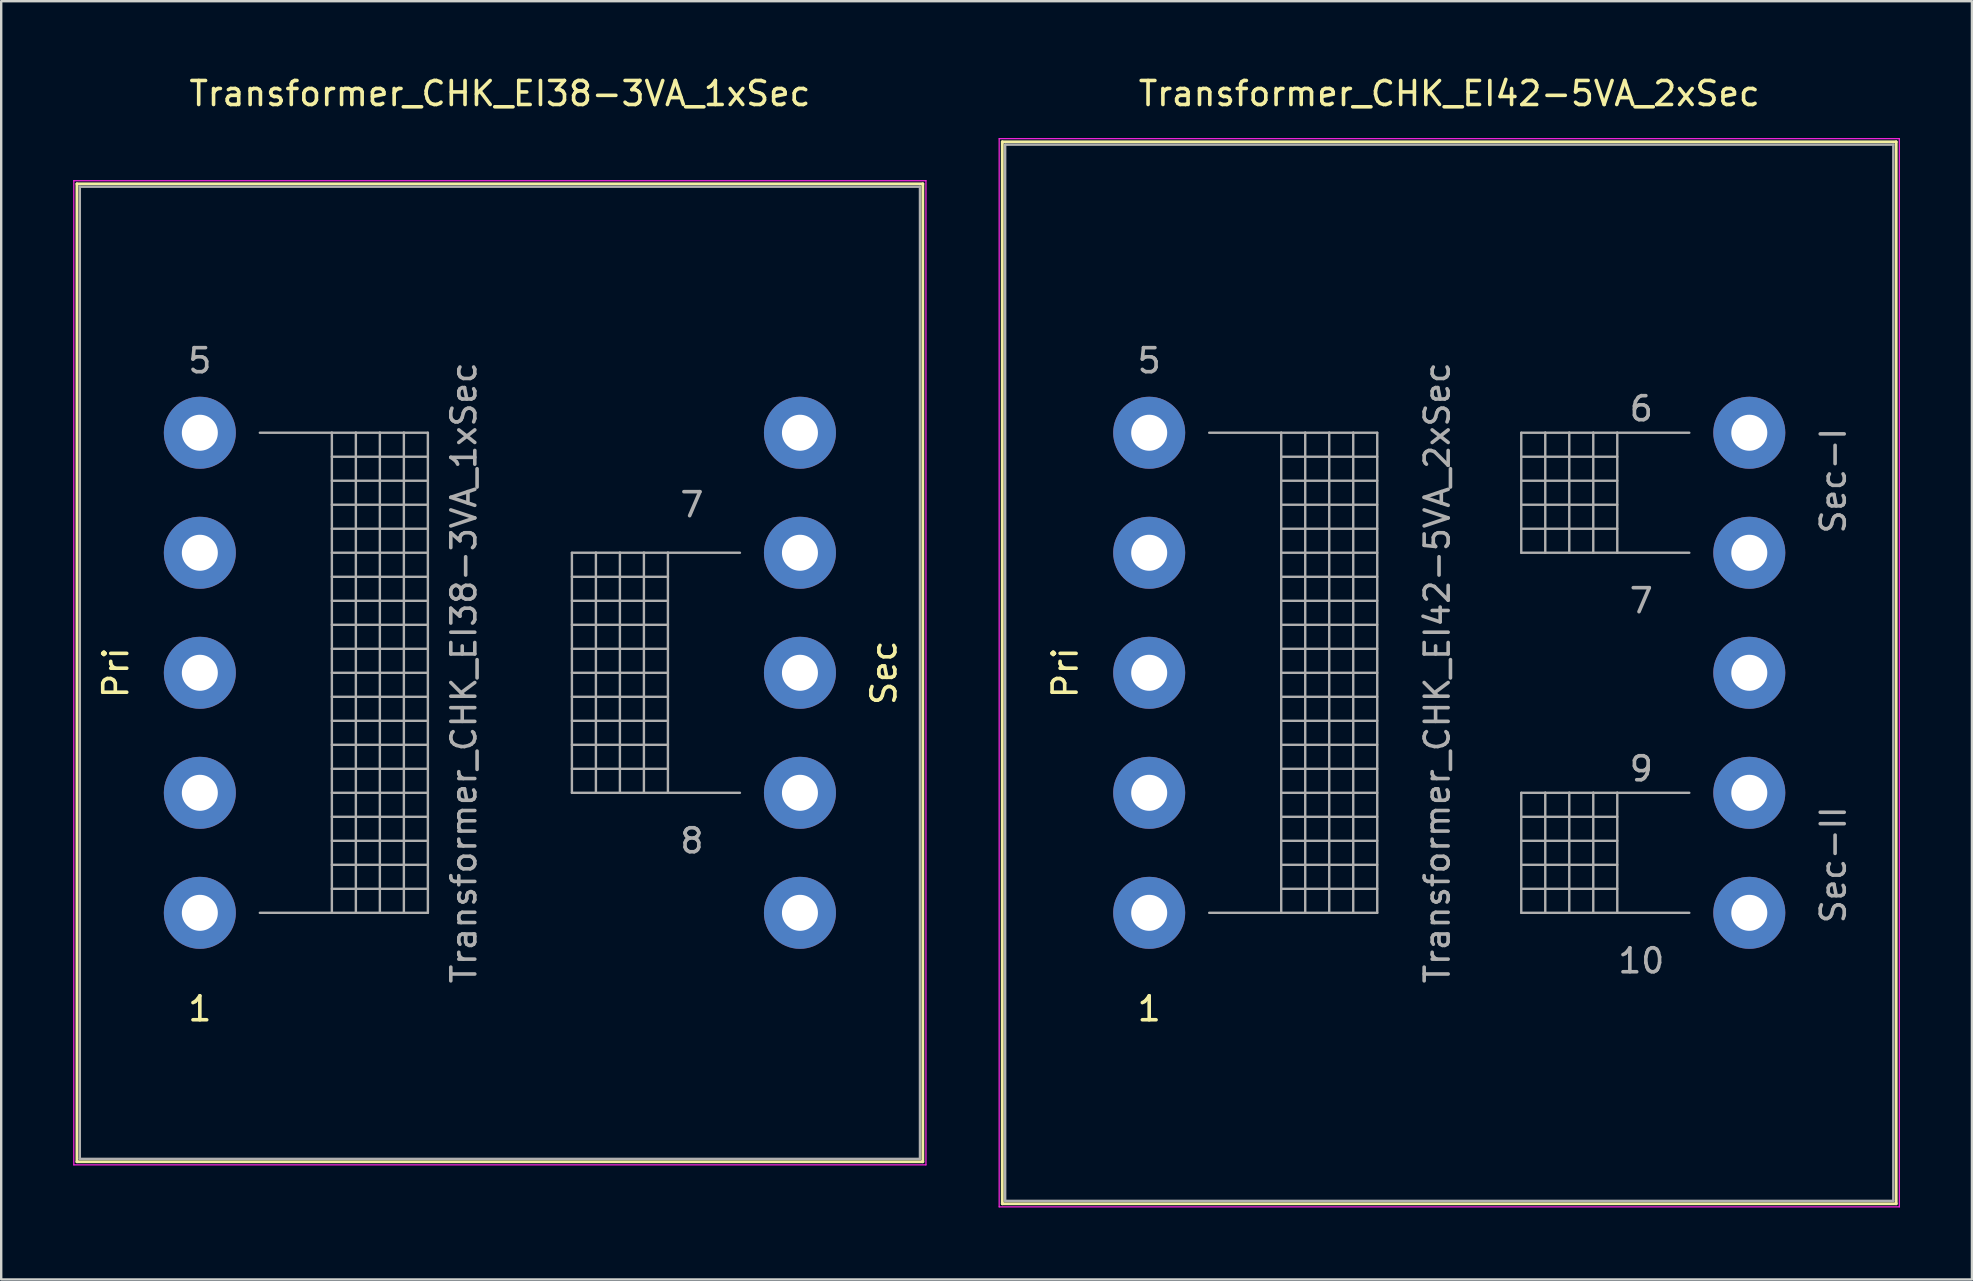
<source format=kicad_pcb>
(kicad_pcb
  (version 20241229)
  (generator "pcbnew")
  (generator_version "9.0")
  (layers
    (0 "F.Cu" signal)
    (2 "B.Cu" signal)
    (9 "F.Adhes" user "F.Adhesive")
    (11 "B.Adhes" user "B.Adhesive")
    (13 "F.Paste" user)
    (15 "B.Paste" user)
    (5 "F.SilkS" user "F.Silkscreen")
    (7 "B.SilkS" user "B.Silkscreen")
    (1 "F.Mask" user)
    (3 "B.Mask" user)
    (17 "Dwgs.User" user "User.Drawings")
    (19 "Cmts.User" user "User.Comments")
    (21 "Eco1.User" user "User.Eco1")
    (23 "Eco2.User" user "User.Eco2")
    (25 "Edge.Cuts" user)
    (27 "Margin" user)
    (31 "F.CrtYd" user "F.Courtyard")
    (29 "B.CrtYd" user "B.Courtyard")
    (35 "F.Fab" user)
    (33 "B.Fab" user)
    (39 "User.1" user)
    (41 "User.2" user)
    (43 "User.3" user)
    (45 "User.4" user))
  (footprint "Transformer_CHK_EI38-3VA_1xSec"
    (layer "F.Cu")
    (at 5.275 34.978)
    (property "Reference" "Transformer_CHK_EI38-3VA_1xSec" (at 12.5 -34.13 0) (layer "F.SilkS") (effects (font (size 1 1) (thickness 0.15))))
    (attr through_hole)
    (fp_line (start -5.12 -30.37) (end -5.12 10.37) (stroke (width 0.12) (type solid)) (layer "F.SilkS"))
    (fp_line (start -5.12 -30.37) (end 30.12 -30.37) (stroke (width 0.12) (type solid)) (layer "F.SilkS"))
    (fp_line (start 30.12 10.37) (end -5.12 10.37) (stroke (width 0.12) (type solid)) (layer "F.SilkS"))
    (fp_line (start 30.12 10.37) (end 30.12 -30.37) (stroke (width 0.12) (type solid)) (layer "F.SilkS"))
    (fp_line (start -5.25 -30.5) (end -5.25 10.5) (stroke (width 0.05) (type solid)) (layer "F.CrtYd"))
    (fp_line (start -5.25 -30.5) (end 30.25 -30.5) (stroke (width 0.05) (type solid)) (layer "F.CrtYd"))
    (fp_line (start 30.25 10.5) (end -5.25 10.5) (stroke (width 0.05) (type solid)) (layer "F.CrtYd"))
    (fp_line (start 30.25 10.5) (end 30.25 -30.5) (stroke (width 0.05) (type solid)) (layer "F.CrtYd"))
    (fp_line (start -5 -30.25) (end -5 10.25) (stroke (width 0.1) (type solid)) (layer "F.Fab"))
    (fp_line (start -5 10.25) (end 30 10.25) (stroke (width 0.1) (type solid)) (layer "F.Fab"))
    (fp_line (start 2.5 -20) (end 5.5 -20) (stroke (width 0.1) (type solid)) (layer "F.Fab"))
    (fp_line (start 5.5 -20) (end 5.5 0) (stroke (width 0.1) (type solid)) (layer "F.Fab"))
    (fp_line (start 5.5 -20) (end 6.5 -20) (stroke (width 0.1) (type solid)) (layer "F.Fab"))
    (fp_line (start 5.5 -19) (end 9.5 -19) (stroke (width 0.1) (type solid)) (layer "F.Fab"))
    (fp_line (start 5.5 -18) (end 9.5 -18) (stroke (width 0.1) (type solid)) (layer "F.Fab"))
    (fp_line (start 5.5 -17) (end 9.5 -17) (stroke (width 0.1) (type solid)) (layer "F.Fab"))
    (fp_line (start 5.5 -16) (end 9.5 -16) (stroke (width 0.1) (type solid)) (layer "F.Fab"))
    (fp_line (start 5.5 -15) (end 9.5 -15) (stroke (width 0.1) (type solid)) (layer "F.Fab"))
    (fp_line (start 5.5 -14) (end 9.5 -14) (stroke (width 0.1) (type solid)) (layer "F.Fab"))
    (fp_line (start 5.5 -13) (end 9.5 -13) (stroke (width 0.1) (type solid)) (layer "F.Fab"))
    (fp_line (start 5.5 -12) (end 9.5 -12) (stroke (width 0.1) (type solid)) (layer "F.Fab"))
    (fp_line (start 5.5 -11) (end 9.5 -11) (stroke (width 0.1) (type solid)) (layer "F.Fab"))
    (fp_line (start 5.5 -10) (end 9.5 -10) (stroke (width 0.1) (type solid)) (layer "F.Fab"))
    (fp_line (start 5.5 -9) (end 9.5 -9) (stroke (width 0.1) (type solid)) (layer "F.Fab"))
    (fp_line (start 5.5 -8) (end 9.5 -8) (stroke (width 0.1) (type solid)) (layer "F.Fab"))
    (fp_line (start 5.5 -7) (end 9.5 -7) (stroke (width 0.1) (type solid)) (layer "F.Fab"))
    (fp_line (start 5.5 -6) (end 9.5 -6) (stroke (width 0.1) (type solid)) (layer "F.Fab"))
    (fp_line (start 5.5 -5) (end 9.5 -5) (stroke (width 0.1) (type solid)) (layer "F.Fab"))
    (fp_line (start 5.5 -4) (end 9.5 -4) (stroke (width 0.1) (type solid)) (layer "F.Fab"))
    (fp_line (start 5.5 -3) (end 9.5 -3) (stroke (width 0.1) (type solid)) (layer "F.Fab"))
    (fp_line (start 5.5 -2) (end 9.5 -2) (stroke (width 0.1) (type solid)) (layer "F.Fab"))
    (fp_line (start 5.5 -1) (end 9.5 -1) (stroke (width 0.1) (type solid)) (layer "F.Fab"))
    (fp_line (start 5.5 0) (end 2.5 0) (stroke (width 0.1) (type solid)) (layer "F.Fab"))
    (fp_line (start 6.5 -20) (end 6.5 0) (stroke (width 0.1) (type solid)) (layer "F.Fab"))
    (fp_line (start 6.5 -20) (end 7.5 -20) (stroke (width 0.1) (type solid)) (layer "F.Fab"))
    (fp_line (start 6.5 0) (end 5.5 0) (stroke (width 0.1) (type solid)) (layer "F.Fab"))
    (fp_line (start 7.5 -20) (end 7.5 0) (stroke (width 0.1) (type solid)) (layer "F.Fab"))
    (fp_line (start 7.5 -20) (end 8.5 -20) (stroke (width 0.1) (type solid)) (layer "F.Fab"))
    (fp_line (start 7.5 0) (end 6.5 0) (stroke (width 0.1) (type solid)) (layer "F.Fab"))
    (fp_line (start 8.5 -20) (end 8.5 0) (stroke (width 0.1) (type solid)) (layer "F.Fab"))
    (fp_line (start 8.5 -20) (end 9.5 -20) (stroke (width 0.1) (type solid)) (layer "F.Fab"))
    (fp_line (start 8.5 0) (end 7.5 0) (stroke (width 0.1) (type solid)) (layer "F.Fab"))
    (fp_line (start 9.5 -20) (end 9.5 0) (stroke (width 0.1) (type solid)) (layer "F.Fab"))
    (fp_line (start 9.5 0) (end 8.5 0) (stroke (width 0.1) (type solid)) (layer "F.Fab"))
    (fp_line (start 15.5 -15) (end 15.5 -5) (stroke (width 0.1) (type solid)) (layer "F.Fab"))
    (fp_line (start 15.5 -14) (end 19.5 -14) (stroke (width 0.1) (type solid)) (layer "F.Fab"))
    (fp_line (start 15.5 -12) (end 19.5 -12) (stroke (width 0.1) (type solid)) (layer "F.Fab"))
    (fp_line (start 15.5 -10) (end 19.5 -10) (stroke (width 0.1) (type solid)) (layer "F.Fab"))
    (fp_line (start 15.5 -8) (end 19.5 -8) (stroke (width 0.1) (type solid)) (layer "F.Fab"))
    (fp_line (start 15.5 -6) (end 19.5 -6) (stroke (width 0.1) (type solid)) (layer "F.Fab"))
    (fp_line (start 15.5 -5) (end 16.5 -5) (stroke (width 0.1) (type solid)) (layer "F.Fab"))
    (fp_line (start 16.5 -15) (end 15.5 -15) (stroke (width 0.1) (type solid)) (layer "F.Fab"))
    (fp_line (start 16.5 -15) (end 16.5 -5) (stroke (width 0.1) (type solid)) (layer "F.Fab"))
    (fp_line (start 16.5 -5) (end 17.5 -5) (stroke (width 0.1) (type solid)) (layer "F.Fab"))
    (fp_line (start 17.5 -15) (end 16.5 -15) (stroke (width 0.1) (type solid)) (layer "F.Fab"))
    (fp_line (start 17.5 -15) (end 17.5 -5) (stroke (width 0.1) (type solid)) (layer "F.Fab"))
    (fp_line (start 17.5 -5) (end 18.5 -5) (stroke (width 0.1) (type solid)) (layer "F.Fab"))
    (fp_line (start 18.5 -15) (end 17.5 -15) (stroke (width 0.1) (type solid)) (layer "F.Fab"))
    (fp_line (start 18.5 -15) (end 18.5 -5) (stroke (width 0.1) (type solid)) (layer "F.Fab"))
    (fp_line (start 18.5 -5) (end 19.5 -5) (stroke (width 0.1) (type solid)) (layer "F.Fab"))
    (fp_line (start 19.5 -15) (end 18.5 -15) (stroke (width 0.1) (type solid)) (layer "F.Fab"))
    (fp_line (start 19.5 -15) (end 19.5 -5) (stroke (width 0.1) (type solid)) (layer "F.Fab"))
    (fp_line (start 19.5 -13) (end 15.5 -13) (stroke (width 0.1) (type solid)) (layer "F.Fab"))
    (fp_line (start 19.5 -11) (end 15.5 -11) (stroke (width 0.1) (type solid)) (layer "F.Fab"))
    (fp_line (start 19.5 -9) (end 15.5 -9) (stroke (width 0.1) (type solid)) (layer "F.Fab"))
    (fp_line (start 19.5 -7) (end 15.5 -7) (stroke (width 0.1) (type solid)) (layer "F.Fab"))
    (fp_line (start 19.5 -5) (end 22.5 -5) (stroke (width 0.1) (type solid)) (layer "F.Fab"))
    (fp_line (start 22.5 -15) (end 19.5 -15) (stroke (width 0.1) (type solid)) (layer "F.Fab"))
    (fp_line (start 30 -30.25) (end -5 -30.25) (stroke (width 0.1) (type solid)) (layer "F.Fab"))
    (fp_line (start 30 10.25) (end 30 -30.25) (stroke (width 0.1) (type solid)) (layer "F.Fab"))
    (fp_text user "Sec" (at 28.5 -10 90) (layer "F.SilkS") (effects (font (size 1 1) (thickness 0.15))))
    (fp_text user "1" (at 0 4 0) (layer "F.SilkS") (effects (font (size 1 1) (thickness 0.15))))
    (fp_text user "Pri" (at -3.5 -10 90) (layer "F.SilkS") (effects (font (size 1 1) (thickness 0.15))))
    (fp_text user "5" (at 0 -23 0) (layer "F.Fab") (effects (font (size 1 1) (thickness 0.15))))
    (fp_text user "${REFERENCE}" (at 11 -10 90) (layer "F.Fab") (effects (font (size 1 1) (thickness 0.15))))
    (fp_text user "7" (at 20.5 -17 0) (layer "F.Fab") (effects (font (size 1 1) (thickness 0.15))))
    (fp_text user "8" (at 20.5 -3 0) (layer "F.Fab") (effects (font (size 1 1) (thickness 0.15))))
    (pad "1" thru_hole circle (at 0 0) (size 3 3) (drill 1.5) (layers "*.Cu" "*.Mask"))
    (pad "2" thru_hole circle (at 0 -5) (size 3 3) (drill 1.5) (layers "*.Cu" "*.Mask"))
    (pad "3" thru_hole circle (at 0 -10) (size 3 3) (drill 1.5) (layers "*.Cu" "*.Mask"))
    (pad "4" thru_hole circle (at 0 -15) (size 3 3) (drill 1.5) (layers "*.Cu" "*.Mask"))
    (pad "5" thru_hole circle (at 0 -20) (size 3 3) (drill 1.5) (layers "*.Cu" "*.Mask"))
    (pad "6" thru_hole circle (at 25 -20) (size 3 3) (drill 1.5) (layers "*.Cu" "*.Mask"))
    (pad "7" thru_hole circle (at 25 -15) (size 3 3) (drill 1.5) (layers "*.Cu" "*.Mask"))
    (pad "8" thru_hole circle (at 25 -10) (size 3 3) (drill 1.5) (layers "*.Cu" "*.Mask"))
    (pad "9" thru_hole circle (at 25 -5) (size 3 3) (drill 1.5) (layers "*.Cu" "*.Mask"))
    (pad "10" thru_hole circle (at 25 0) (size 3 3) (drill 1.5) (layers "*.Cu" "*.Mask")))
  (footprint "Transformer_CHK_EI42-5VA_2xSec"
    (layer "F.Cu")
    (at 44.825 34.978)
    (property "Reference" "Transformer_CHK_EI42-5VA_2xSec" (at 12.5 -34.13 0) (layer "F.SilkS") (effects (font (size 1 1) (thickness 0.15))))
    (attr through_hole)
    (fp_line (start -6.12 -32.12) (end -6.12 12.12) (stroke (width 0.12) (type solid)) (layer "F.SilkS"))
    (fp_line (start -6.12 -32.12) (end 31.12 -32.12) (stroke (width 0.12) (type solid)) (layer "F.SilkS"))
    (fp_line (start 31.12 12.12) (end -6.12 12.12) (stroke (width 0.12) (type solid)) (layer "F.SilkS"))
    (fp_line (start 31.12 12.12) (end 31.12 -32.12) (stroke (width 0.12) (type solid)) (layer "F.SilkS"))
    (fp_line (start -6.25 -32.25) (end -6.25 12.25) (stroke (width 0.05) (type solid)) (layer "F.CrtYd"))
    (fp_line (start -6.25 -32.25) (end 31.25 -32.25) (stroke (width 0.05) (type solid)) (layer "F.CrtYd"))
    (fp_line (start 31.25 12.25) (end -6.25 12.25) (stroke (width 0.05) (type solid)) (layer "F.CrtYd"))
    (fp_line (start 31.25 12.25) (end 31.25 -32.25) (stroke (width 0.05) (type solid)) (layer "F.CrtYd"))
    (fp_line (start -6 -32) (end -6 12) (stroke (width 0.1) (type solid)) (layer "F.Fab"))
    (fp_line (start -6 12) (end 31 12) (stroke (width 0.1) (type solid)) (layer "F.Fab"))
    (fp_line (start 2.5 -20) (end 5.5 -20) (stroke (width 0.1) (type solid)) (layer "F.Fab"))
    (fp_line (start 5.5 -20) (end 5.5 0) (stroke (width 0.1) (type solid)) (layer "F.Fab"))
    (fp_line (start 5.5 -20) (end 6.5 -20) (stroke (width 0.1) (type solid)) (layer "F.Fab"))
    (fp_line (start 5.5 -19) (end 9.5 -19) (stroke (width 0.1) (type solid)) (layer "F.Fab"))
    (fp_line (start 5.5 -18) (end 9.5 -18) (stroke (width 0.1) (type solid)) (layer "F.Fab"))
    (fp_line (start 5.5 -17) (end 9.5 -17) (stroke (width 0.1) (type solid)) (layer "F.Fab"))
    (fp_line (start 5.5 -16) (end 9.5 -16) (stroke (width 0.1) (type solid)) (layer "F.Fab"))
    (fp_line (start 5.5 -15) (end 9.5 -15) (stroke (width 0.1) (type solid)) (layer "F.Fab"))
    (fp_line (start 5.5 -14) (end 9.5 -14) (stroke (width 0.1) (type solid)) (layer "F.Fab"))
    (fp_line (start 5.5 -13) (end 9.5 -13) (stroke (width 0.1) (type solid)) (layer "F.Fab"))
    (fp_line (start 5.5 -12) (end 9.5 -12) (stroke (width 0.1) (type solid)) (layer "F.Fab"))
    (fp_line (start 5.5 -11) (end 9.5 -11) (stroke (width 0.1) (type solid)) (layer "F.Fab"))
    (fp_line (start 5.5 -10) (end 9.5 -10) (stroke (width 0.1) (type solid)) (layer "F.Fab"))
    (fp_line (start 5.5 -9) (end 9.5 -9) (stroke (width 0.1) (type solid)) (layer "F.Fab"))
    (fp_line (start 5.5 -8) (end 9.5 -8) (stroke (width 0.1) (type solid)) (layer "F.Fab"))
    (fp_line (start 5.5 -7) (end 9.5 -7) (stroke (width 0.1) (type solid)) (layer "F.Fab"))
    (fp_line (start 5.5 -6) (end 9.5 -6) (stroke (width 0.1) (type solid)) (layer "F.Fab"))
    (fp_line (start 5.5 -5) (end 9.5 -5) (stroke (width 0.1) (type solid)) (layer "F.Fab"))
    (fp_line (start 5.5 -4) (end 9.5 -4) (stroke (width 0.1) (type solid)) (layer "F.Fab"))
    (fp_line (start 5.5 -3) (end 9.5 -3) (stroke (width 0.1) (type solid)) (layer "F.Fab"))
    (fp_line (start 5.5 -2) (end 9.5 -2) (stroke (width 0.1) (type solid)) (layer "F.Fab"))
    (fp_line (start 5.5 -1) (end 9.5 -1) (stroke (width 0.1) (type solid)) (layer "F.Fab"))
    (fp_line (start 5.5 0) (end 2.5 0) (stroke (width 0.1) (type solid)) (layer "F.Fab"))
    (fp_line (start 6.5 -20) (end 6.5 0) (stroke (width 0.1) (type solid)) (layer "F.Fab"))
    (fp_line (start 6.5 -20) (end 7.5 -20) (stroke (width 0.1) (type solid)) (layer "F.Fab"))
    (fp_line (start 6.5 0) (end 5.5 0) (stroke (width 0.1) (type solid)) (layer "F.Fab"))
    (fp_line (start 7.5 -20) (end 7.5 0) (stroke (width 0.1) (type solid)) (layer "F.Fab"))
    (fp_line (start 7.5 -20) (end 8.5 -20) (stroke (width 0.1) (type solid)) (layer "F.Fab"))
    (fp_line (start 7.5 0) (end 6.5 0) (stroke (width 0.1) (type solid)) (layer "F.Fab"))
    (fp_line (start 8.5 -20) (end 8.5 0) (stroke (width 0.1) (type solid)) (layer "F.Fab"))
    (fp_line (start 8.5 -20) (end 9.5 -20) (stroke (width 0.1) (type solid)) (layer "F.Fab"))
    (fp_line (start 8.5 0) (end 7.5 0) (stroke (width 0.1) (type solid)) (layer "F.Fab"))
    (fp_line (start 9.5 -20) (end 9.5 0) (stroke (width 0.1) (type solid)) (layer "F.Fab"))
    (fp_line (start 9.5 0) (end 8.5 0) (stroke (width 0.1) (type solid)) (layer "F.Fab"))
    (fp_line (start 15.5 -20) (end 15.5 -15) (stroke (width 0.1) (type solid)) (layer "F.Fab"))
    (fp_line (start 15.5 -19) (end 19.5 -19) (stroke (width 0.1) (type solid)) (layer "F.Fab"))
    (fp_line (start 15.5 -17) (end 19.5 -17) (stroke (width 0.1) (type solid)) (layer "F.Fab"))
    (fp_line (start 15.5 -15) (end 16.5 -15) (stroke (width 0.1) (type solid)) (layer "F.Fab"))
    (fp_line (start 15.5 -5) (end 15.5 0) (stroke (width 0.1) (type solid)) (layer "F.Fab"))
    (fp_line (start 15.5 -4) (end 19.5 -4) (stroke (width 0.1) (type solid)) (layer "F.Fab"))
    (fp_line (start 15.5 -3) (end 19.5 -3) (stroke (width 0.1) (type solid)) (layer "F.Fab"))
    (fp_line (start 15.5 -2) (end 19.5 -2) (stroke (width 0.1) (type solid)) (layer "F.Fab"))
    (fp_line (start 15.5 -1) (end 19.5 -1) (stroke (width 0.1) (type solid)) (layer "F.Fab"))
    (fp_line (start 15.5 0) (end 16.5 0) (stroke (width 0.1) (type solid)) (layer "F.Fab"))
    (fp_line (start 16.5 -20) (end 15.5 -20) (stroke (width 0.1) (type solid)) (layer "F.Fab"))
    (fp_line (start 16.5 -20) (end 16.5 -15) (stroke (width 0.1) (type solid)) (layer "F.Fab"))
    (fp_line (start 16.5 -15) (end 17.5 -15) (stroke (width 0.1) (type solid)) (layer "F.Fab"))
    (fp_line (start 16.5 -5) (end 15.5 -5) (stroke (width 0.1) (type solid)) (layer "F.Fab"))
    (fp_line (start 16.5 -5) (end 16.5 0) (stroke (width 0.1) (type solid)) (layer "F.Fab"))
    (fp_line (start 16.5 0) (end 17.5 0) (stroke (width 0.1) (type solid)) (layer "F.Fab"))
    (fp_line (start 17.5 -20) (end 16.5 -20) (stroke (width 0.1) (type solid)) (layer "F.Fab"))
    (fp_line (start 17.5 -20) (end 17.5 -15) (stroke (width 0.1) (type solid)) (layer "F.Fab"))
    (fp_line (start 17.5 -15) (end 18.5 -15) (stroke (width 0.1) (type solid)) (layer "F.Fab"))
    (fp_line (start 17.5 -5) (end 16.5 -5) (stroke (width 0.1) (type solid)) (layer "F.Fab"))
    (fp_line (start 17.5 -5) (end 17.5 0) (stroke (width 0.1) (type solid)) (layer "F.Fab"))
    (fp_line (start 17.5 0) (end 18.5 0) (stroke (width 0.1) (type solid)) (layer "F.Fab"))
    (fp_line (start 18.5 -20) (end 17.5 -20) (stroke (width 0.1) (type solid)) (layer "F.Fab"))
    (fp_line (start 18.5 -20) (end 18.5 -15) (stroke (width 0.1) (type solid)) (layer "F.Fab"))
    (fp_line (start 18.5 -15) (end 19.5 -15) (stroke (width 0.1) (type solid)) (layer "F.Fab"))
    (fp_line (start 18.5 -5) (end 17.5 -5) (stroke (width 0.1) (type solid)) (layer "F.Fab"))
    (fp_line (start 18.5 -5) (end 18.5 0) (stroke (width 0.1) (type solid)) (layer "F.Fab"))
    (fp_line (start 18.5 0) (end 19.5 0) (stroke (width 0.1) (type solid)) (layer "F.Fab"))
    (fp_line (start 19.5 -20) (end 18.5 -20) (stroke (width 0.1) (type solid)) (layer "F.Fab"))
    (fp_line (start 19.5 -20) (end 19.5 -15) (stroke (width 0.1) (type solid)) (layer "F.Fab"))
    (fp_line (start 19.5 -18) (end 15.5 -18) (stroke (width 0.1) (type solid)) (layer "F.Fab"))
    (fp_line (start 19.5 -16) (end 15.5 -16) (stroke (width 0.1) (type solid)) (layer "F.Fab"))
    (fp_line (start 19.5 -15) (end 22.5 -15) (stroke (width 0.1) (type solid)) (layer "F.Fab"))
    (fp_line (start 19.5 -5) (end 18.5 -5) (stroke (width 0.1) (type solid)) (layer "F.Fab"))
    (fp_line (start 19.5 -5) (end 19.5 0) (stroke (width 0.1) (type solid)) (layer "F.Fab"))
    (fp_line (start 19.5 0) (end 22.5 0) (stroke (width 0.1) (type solid)) (layer "F.Fab"))
    (fp_line (start 22.5 -20) (end 19.5 -20) (stroke (width 0.1) (type solid)) (layer "F.Fab"))
    (fp_line (start 22.5 -5) (end 19.5 -5) (stroke (width 0.1) (type solid)) (layer "F.Fab"))
    (fp_line (start 31 -32) (end -6 -32) (stroke (width 0.1) (type solid)) (layer "F.Fab"))
    (fp_line (start 31 12) (end 31 -32) (stroke (width 0.1) (type solid)) (layer "F.Fab"))
    (fp_text user "Pri" (at -3.5 -10 90) (layer "F.SilkS") (effects (font (size 1 1) (thickness 0.15))))
    (fp_text user "1" (at 0 4 0) (layer "F.SilkS") (effects (font (size 1 1) (thickness 0.15))))
    (fp_text user "10" (at 20.5 2 0) (layer "F.Fab") (effects (font (size 1 1) (thickness 0.15))))
    (fp_text user "${REFERENCE}" (at 12 -10 90) (layer "F.Fab") (effects (font (size 1 1) (thickness 0.15))))
    (fp_text user "5" (at 0 -23 0) (layer "F.Fab") (effects (font (size 1 1) (thickness 0.15))))
    (fp_text user "7" (at 20.5 -13 0) (layer "F.Fab") (effects (font (size 1 1) (thickness 0.15))))
    (fp_text user "Sec-II" (at 28.5 -2 90) (layer "F.Fab") (effects (font (size 1 1) (thickness 0.15))))
    (fp_text user "Sec-I" (at 28.5 -18 90) (layer "F.Fab") (effects (font (size 1 1) (thickness 0.15))))
    (fp_text user "6" (at 20.5 -21 0) (layer "F.Fab") (effects (font (size 1 1) (thickness 0.15))))
    (fp_text user "9" (at 20.5 -6 0) (layer "F.Fab") (effects (font (size 1 1) (thickness 0.15))))
    (pad "1" thru_hole circle (at 0 0) (size 3 3) (drill 1.5) (layers "*.Cu" "*.Mask"))
    (pad "2" thru_hole circle (at 0 -5) (size 3 3) (drill 1.5) (layers "*.Cu" "*.Mask"))
    (pad "3" thru_hole circle (at 0 -10) (size 3 3) (drill 1.5) (layers "*.Cu" "*.Mask"))
    (pad "4" thru_hole circle (at 0 -15) (size 3 3) (drill 1.5) (layers "*.Cu" "*.Mask"))
    (pad "5" thru_hole circle (at 0 -20) (size 3 3) (drill 1.5) (layers "*.Cu" "*.Mask"))
    (pad "6" thru_hole circle (at 25 -20) (size 3 3) (drill 1.5) (layers "*.Cu" "*.Mask"))
    (pad "7" thru_hole circle (at 25 -15) (size 3 3) (drill 1.5) (layers "*.Cu" "*.Mask"))
    (pad "8" thru_hole circle (at 25 -10) (size 3 3) (drill 1.5) (layers "*.Cu" "*.Mask"))
    (pad "9" thru_hole circle (at 25 -5) (size 3 3) (drill 1.5) (layers "*.Cu" "*.Mask"))
    (pad "10" thru_hole circle (at 25 0) (size 3 3) (drill 1.5) (layers "*.Cu" "*.Mask")))
  (gr_rect
    (start -3 -3)
    (end 79.1 50.253)
    (stroke (width 0.1) (type default))
    (fill no)
    (layer "Edge.Cuts")))
</source>
